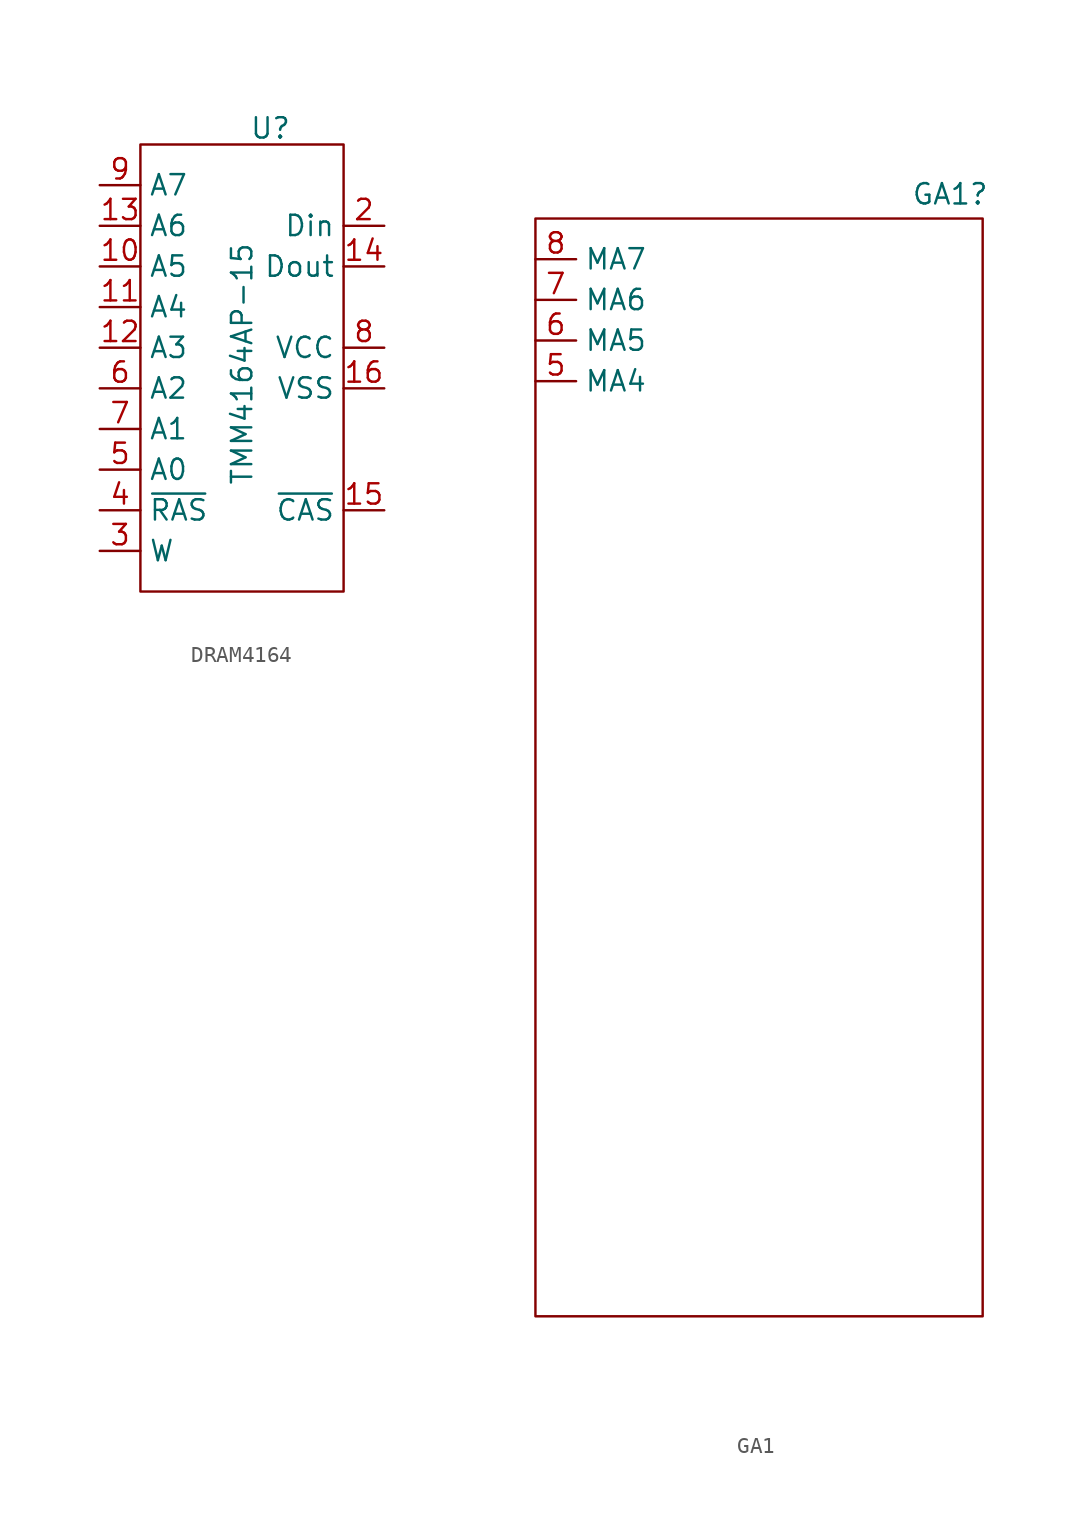
<source format=kicad_sym>
(kicad_symbol_lib
  (version 20231120)
  (generator "kicad_symbol_editor")
  (generator_version "8.0")
  (symbol "DRAM4164"
    (property "Reference" "U"
      (at 1.778 14.986 0)
      (effects (font (size 1.27 1.27))))
    (property "Value" "TMM4164AP-15"
      (at 0 0.254 90)
      (effects (font (size 1.27 1.27))))
    (symbol "DRAM4164_0_1"
      (rectangle (start -6.35 13.97) (end 6.35 -13.97) (stroke (width 0) (type default)) (fill (type none))))
    (symbol "DRAM4164_1_1"
      (pin no_connect line (at 8.89 -12.7 180) (length 2.54) hide (name "NC" (effects (font (size 1.27 1.27)))) (number "1" (effects (font (size 1.27 1.27)))))
      (pin input line (at -8.89 6.35 0) (length 2.54) (name "A5" (effects (font (size 1.27 1.27)))) (number "10" (effects (font (size 1.27 1.27)))))
      (pin input line (at -8.89 3.81 0) (length 2.54) (name "A4" (effects (font (size 1.27 1.27)))) (number "11" (effects (font (size 1.27 1.27)))))
      (pin input line (at -8.89 1.27 0) (length 2.54) (name "A3" (effects (font (size 1.27 1.27)))) (number "12" (effects (font (size 1.27 1.27)))))
      (pin input line (at -8.89 8.89 0) (length 2.54) (name "A6" (effects (font (size 1.27 1.27)))) (number "13" (effects (font (size 1.27 1.27)))))
      (pin output line (at 8.89 6.35 180) (length 2.54) (name "Dout" (effects (font (size 1.27 1.27)))) (number "14" (effects (font (size 1.27 1.27)))))
      (pin power_in line (at 8.89 -8.89 180) (length 2.54) (name "~{CAS}" (effects (font (size 1.27 1.27)))) (number "15" (effects (font (size 1.27 1.27)))))
      (pin power_in line (at 8.89 -1.27 180) (length 2.54) (name "VSS" (effects (font (size 1.27 1.27)))) (number "16" (effects (font (size 1.27 1.27)))))
      (pin input line (at 8.89 8.89 180) (length 2.54) (name "Din" (effects (font (size 1.27 1.27)))) (number "2" (effects (font (size 1.27 1.27)))))
      (pin input line (at -8.89 -11.43 0) (length 2.54) (name "W" (effects (font (size 1.27 1.27)))) (number "3" (effects (font (size 1.27 1.27)))))
      (pin input line (at -8.89 -8.89 0) (length 2.54) (name "~{RAS}" (effects (font (size 1.27 1.27)))) (number "4" (effects (font (size 1.27 1.27)))))
      (pin input line (at -8.89 -6.35 0) (length 2.54) (name "A0" (effects (font (size 1.27 1.27)))) (number "5" (effects (font (size 1.27 1.27)))))
      (pin input line (at -8.89 -1.27 0) (length 2.54) (name "A2" (effects (font (size 1.27 1.27)))) (number "6" (effects (font (size 1.27 1.27)))))
      (pin input line (at -8.89 -3.81 0) (length 2.54) (name "A1" (effects (font (size 1.27 1.27)))) (number "7" (effects (font (size 1.27 1.27)))))
      (pin power_in line (at 8.89 1.27 180) (length 2.54) (name "VCC" (effects (font (size 1.27 1.27)))) (number "8" (effects (font (size 1.27 1.27)))))
      (pin input line (at -8.89 11.43 0) (length 2.54) (name "A7" (effects (font (size 1.27 1.27)))) (number "9" (effects (font (size 1.27 1.27)))))))
  (symbol "GA1"
    (property "Reference" "GA1"
      (at 11.938 35.814 0)
      (effects (font (size 1.27 1.27))))
    (property "Value" ""
      (at 0 0 0)
      (effects (font (size 1.27 1.27))))
    (symbol "GA1_0_1"
      (rectangle (start -13.97 34.29) (end 13.97 -34.29) (stroke (width 0) (type default)) (fill (type none))))
    (symbol "GA1_1_1"
      (pin bidirectional line (at -13.97 24.13 0) (length 2.54) (name "MA4" (effects (font (size 1.27 1.27)))) (number "5" (effects (font (size 1.27 1.27)))))
      (pin bidirectional line (at -13.97 26.67 0) (length 2.54) (name "MA5" (effects (font (size 1.27 1.27)))) (number "6" (effects (font (size 1.27 1.27)))))
      (pin bidirectional line (at -13.97 29.21 0) (length 2.54) (name "MA6" (effects (font (size 1.27 1.27)))) (number "7" (effects (font (size 1.27 1.27)))))
      (pin bidirectional line (at -13.97 31.75 0) (length 2.54) (name "MA7" (effects (font (size 1.27 1.27)))) (number "8" (effects (font (size 1.27 1.27))))))))
</source>
